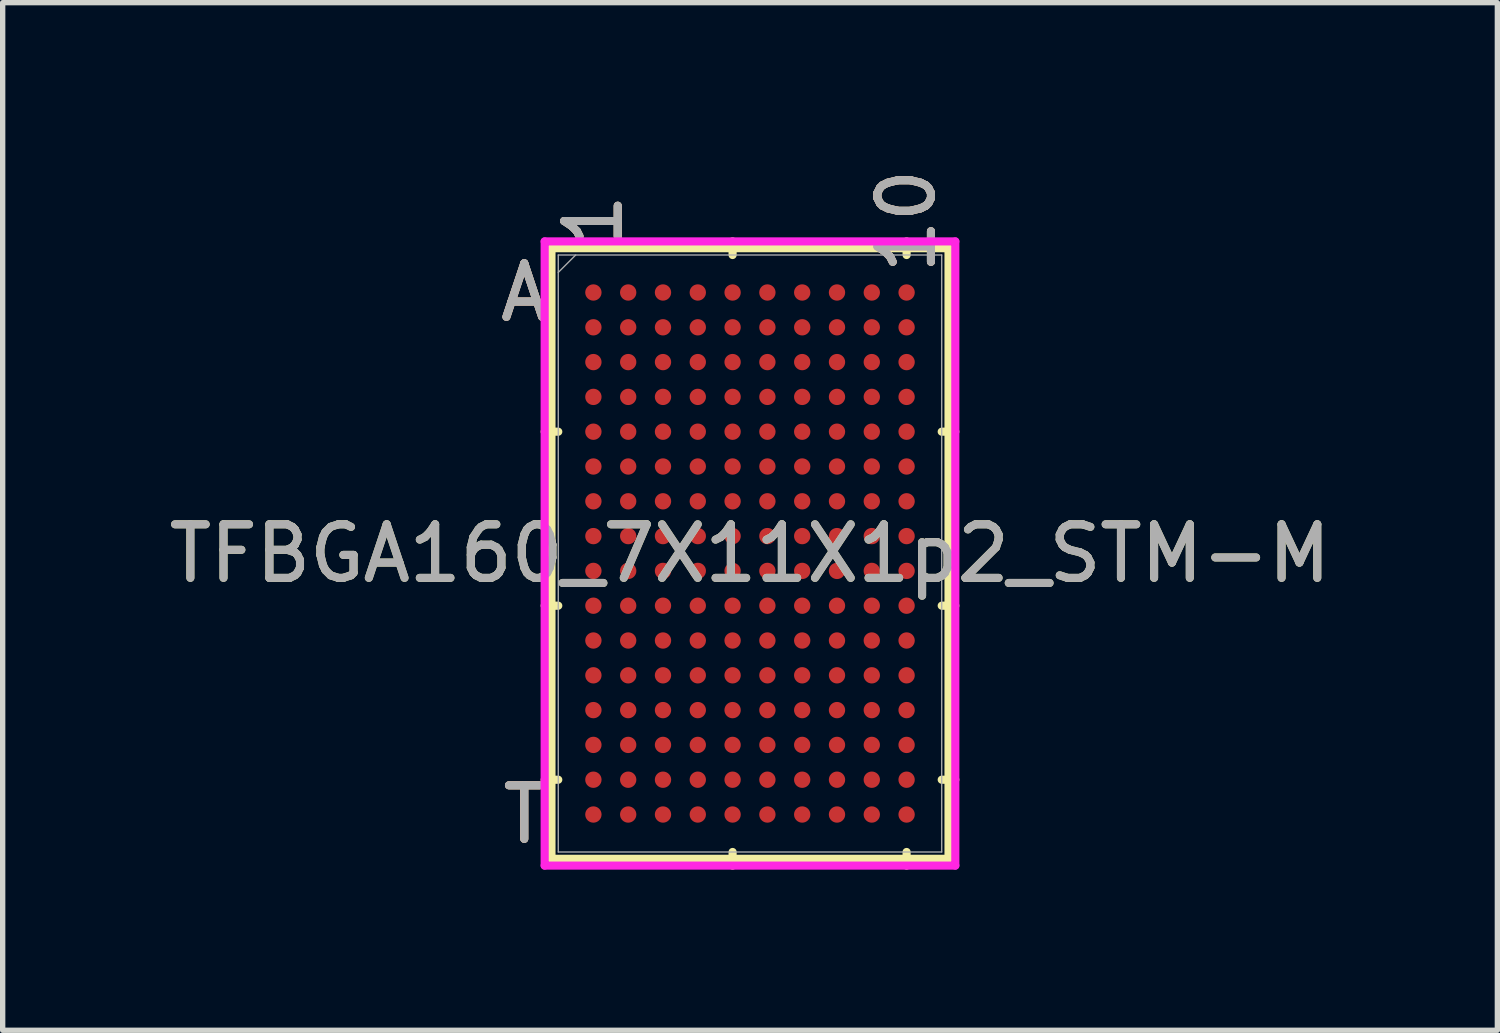
<source format=kicad_pcb>
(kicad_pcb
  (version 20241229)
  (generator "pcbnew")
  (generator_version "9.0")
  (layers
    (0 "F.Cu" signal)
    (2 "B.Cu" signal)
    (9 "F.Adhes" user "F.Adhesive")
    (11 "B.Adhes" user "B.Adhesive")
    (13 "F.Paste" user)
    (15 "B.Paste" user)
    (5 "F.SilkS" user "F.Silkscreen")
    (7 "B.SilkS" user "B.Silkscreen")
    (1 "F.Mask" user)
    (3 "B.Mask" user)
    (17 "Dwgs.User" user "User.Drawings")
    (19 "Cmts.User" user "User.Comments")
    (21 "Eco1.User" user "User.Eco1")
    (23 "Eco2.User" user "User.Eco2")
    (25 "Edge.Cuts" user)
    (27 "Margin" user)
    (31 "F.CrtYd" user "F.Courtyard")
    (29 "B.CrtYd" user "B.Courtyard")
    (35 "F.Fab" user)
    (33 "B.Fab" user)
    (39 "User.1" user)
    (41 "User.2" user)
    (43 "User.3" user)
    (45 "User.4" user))
  (footprint "TFBGA160_7X11X1p2_STM-M"
    (layer "F.Cu")
    (at 10.958 7.288)
    (property "Reference" "TFBGA160_7X11X1p2_STM-M" (at 0 0 0) (unlocked yes) (layer "F.SilkS") (effects (font (size 1 1) (thickness 0.15))))
    (attr smd)
    (fp_line (start -3.708 -5.702) (end -3.708 5.702) (stroke (width 0.152) (type solid)) (layer "F.SilkS"))
    (fp_line (start -3.708 5.702) (end 3.708 5.702) (stroke (width 0.152) (type solid)) (layer "F.SilkS"))
    (fp_line (start -3.581 -2.275) (end -3.835 -2.275) (stroke (width 0.152) (type solid)) (layer "F.SilkS"))
    (fp_line (start -3.581 0.975) (end -3.835 0.975) (stroke (width 0.152) (type solid)) (layer "F.SilkS"))
    (fp_line (start -3.581 4.225) (end -3.835 4.225) (stroke (width 0.152) (type solid)) (layer "F.SilkS"))
    (fp_line (start -0.325 -5.575) (end -0.325 -5.829) (stroke (width 0.152) (type solid)) (layer "F.SilkS"))
    (fp_line (start -0.325 5.575) (end -0.325 5.829) (stroke (width 0.152) (type solid)) (layer "F.SilkS"))
    (fp_line (start 2.925 -5.575) (end 2.925 -5.829) (stroke (width 0.152) (type solid)) (layer "F.SilkS"))
    (fp_line (start 2.925 5.575) (end 2.925 5.829) (stroke (width 0.152) (type solid)) (layer "F.SilkS"))
    (fp_line (start 3.581 -2.275) (end 3.835 -2.275) (stroke (width 0.152) (type solid)) (layer "F.SilkS"))
    (fp_line (start 3.581 0.975) (end 3.835 0.975) (stroke (width 0.152) (type solid)) (layer "F.SilkS"))
    (fp_line (start 3.581 4.225) (end 3.835 4.225) (stroke (width 0.152) (type solid)) (layer "F.SilkS"))
    (fp_line (start 3.708 -5.702) (end -3.708 -5.702) (stroke (width 0.152) (type solid)) (layer "F.SilkS"))
    (fp_line (start 3.708 5.702) (end 3.708 -5.702) (stroke (width 0.152) (type solid)) (layer "F.SilkS"))
    (fp_poly (pts (xy -3.695 -5.644) (xy 3.695 -5.644) (xy 3.695 5.644) (xy -3.695 5.644)) (stroke (width 0.1) (type solid)) (fill no) (layer "Eco2.User"))
    (fp_line (start -3.835 -5.829) (end 3.835 -5.829) (stroke (width 0.152) (type solid)) (layer "F.CrtYd"))
    (fp_line (start -3.835 5.829) (end -3.835 -5.829) (stroke (width 0.152) (type solid)) (layer "F.CrtYd"))
    (fp_line (start 3.835 -5.829) (end 3.835 5.829) (stroke (width 0.152) (type solid)) (layer "F.CrtYd"))
    (fp_line (start 3.835 5.829) (end -3.835 5.829) (stroke (width 0.152) (type solid)) (layer "F.CrtYd"))
    (fp_line (start -3.581 -5.575) (end -3.581 5.575) (stroke (width 0.025) (type solid)) (layer "F.Fab"))
    (fp_line (start -3.581 5.575) (end 3.581 5.575) (stroke (width 0.025) (type solid)) (layer "F.Fab"))
    (fp_line (start -3.256 -5.575) (end -3.581 -5.25) (stroke (width 0.025) (type solid)) (layer "F.Fab"))
    (fp_line (start 3.581 -5.575) (end -3.581 -5.575) (stroke (width 0.025) (type solid)) (layer "F.Fab"))
    (fp_line (start 3.581 5.575) (end 3.581 -5.575) (stroke (width 0.025) (type solid)) (layer "F.Fab"))
    (fp_text user "1" (at -2.925 -6.21 90) (unlocked yes) (layer "F.SilkS") (effects (font (size 1 1) (thickness 0.15))))
    (fp_text user "T" (at -4.216 4.875 0) (unlocked yes) (layer "F.SilkS") (effects (font (size 1 1) (thickness 0.15))))
    (fp_text user "A" (at -4.216 -4.875 0) (unlocked yes) (layer "F.SilkS") (effects (font (size 1 1) (thickness 0.15))))
    (fp_text user "10" (at 2.925 -6.21 90) (unlocked yes) (layer "F.SilkS") (effects (font (size 1 1) (thickness 0.15))))
    (fp_text user "1" (at -2.925 -6.21 90) (unlocked yes) (layer "B.SilkS") (effects (font (size 1 1) (thickness 0.15))))
    (fp_text user "A" (at -4.216 -4.875 0) (unlocked yes) (layer "B.SilkS") (effects (font (size 1 1) (thickness 0.15))))
    (fp_text user "T" (at -4.216 4.875 0) (unlocked yes) (layer "B.SilkS") (effects (font (size 1 1) (thickness 0.15))))
    (fp_text user "10" (at 2.925 -6.21 90) (unlocked yes) (layer "B.SilkS") (effects (font (size 1 1) (thickness 0.15))))
    (fp_text user "T" (at -4.216 4.875 0) (unlocked yes) (layer "F.Fab") (effects (font (size 1 1) (thickness 0.15))))
    (fp_text user "${REFERENCE}" (at 0 0 0) (unlocked yes) (layer "F.Fab") (effects (font (size 1 1) (thickness 0.15))))
    (fp_text user "1" (at -2.925 -6.21 90) (unlocked yes) (layer "F.Fab") (effects (font (size 1 1) (thickness 0.15))))
    (fp_text user "10" (at 2.925 -6.21 90) (unlocked yes) (layer "F.Fab") (effects (font (size 1 1) (thickness 0.15))))
    (fp_text user "A" (at -4.216 -4.875 0) (unlocked yes) (layer "F.Fab") (effects (font (size 1 1) (thickness 0.15))))
    (pad "A1" smd circle (at -2.925 -4.875) (size 0.305 0.305) (layers "F.Cu" "F.Mask" "F.Paste"))
    (pad "A2" smd circle (at -2.275 -4.875) (size 0.305 0.305) (layers "F.Cu" "F.Mask" "F.Paste"))
    (pad "A3" smd circle (at -1.625 -4.875) (size 0.305 0.305) (layers "F.Cu" "F.Mask" "F.Paste"))
    (pad "A4" smd circle (at -0.975 -4.875) (size 0.305 0.305) (layers "F.Cu" "F.Mask" "F.Paste"))
    (pad "A5" smd circle (at -0.325 -4.875) (size 0.305 0.305) (layers "F.Cu" "F.Mask" "F.Paste"))
    (pad "A6" smd circle (at 0.325 -4.875) (size 0.305 0.305) (layers "F.Cu" "F.Mask" "F.Paste"))
    (pad "A7" smd circle (at 0.975 -4.875) (size 0.305 0.305) (layers "F.Cu" "F.Mask" "F.Paste"))
    (pad "A8" smd circle (at 1.625 -4.875) (size 0.305 0.305) (layers "F.Cu" "F.Mask" "F.Paste"))
    (pad "A9" smd circle (at 2.275 -4.875) (size 0.305 0.305) (layers "F.Cu" "F.Mask" "F.Paste"))
    (pad "A10" smd circle (at 2.925 -4.875) (size 0.305 0.305) (layers "F.Cu" "F.Mask" "F.Paste"))
    (pad "B1" smd circle (at -2.925 -4.225) (size 0.305 0.305) (layers "F.Cu" "F.Mask" "F.Paste"))
    (pad "B2" smd circle (at -2.275 -4.225) (size 0.305 0.305) (layers "F.Cu" "F.Mask" "F.Paste"))
    (pad "B3" smd circle (at -1.625 -4.225) (size 0.305 0.305) (layers "F.Cu" "F.Mask" "F.Paste"))
    (pad "B4" smd circle (at -0.975 -4.225) (size 0.305 0.305) (layers "F.Cu" "F.Mask" "F.Paste"))
    (pad "B5" smd circle (at -0.325 -4.225) (size 0.305 0.305) (layers "F.Cu" "F.Mask" "F.Paste"))
    (pad "B6" smd circle (at 0.325 -4.225) (size 0.305 0.305) (layers "F.Cu" "F.Mask" "F.Paste"))
    (pad "B7" smd circle (at 0.975 -4.225) (size 0.305 0.305) (layers "F.Cu" "F.Mask" "F.Paste"))
    (pad "B8" smd circle (at 1.625 -4.225) (size 0.305 0.305) (layers "F.Cu" "F.Mask" "F.Paste"))
    (pad "B9" smd circle (at 2.275 -4.225) (size 0.305 0.305) (layers "F.Cu" "F.Mask" "F.Paste"))
    (pad "B10" smd circle (at 2.925 -4.225) (size 0.305 0.305) (layers "F.Cu" "F.Mask" "F.Paste"))
    (pad "C1" smd circle (at -2.925 -3.575) (size 0.305 0.305) (layers "F.Cu" "F.Mask" "F.Paste"))
    (pad "C2" smd circle (at -2.275 -3.575) (size 0.305 0.305) (layers "F.Cu" "F.Mask" "F.Paste"))
    (pad "C3" smd circle (at -1.625 -3.575) (size 0.305 0.305) (layers "F.Cu" "F.Mask" "F.Paste"))
    (pad "C4" smd circle (at -0.975 -3.575) (size 0.305 0.305) (layers "F.Cu" "F.Mask" "F.Paste"))
    (pad "C5" smd circle (at -0.325 -3.575) (size 0.305 0.305) (layers "F.Cu" "F.Mask" "F.Paste"))
    (pad "C6" smd circle (at 0.325 -3.575) (size 0.305 0.305) (layers "F.Cu" "F.Mask" "F.Paste"))
    (pad "C7" smd circle (at 0.975 -3.575) (size 0.305 0.305) (layers "F.Cu" "F.Mask" "F.Paste"))
    (pad "C8" smd circle (at 1.625 -3.575) (size 0.305 0.305) (layers "F.Cu" "F.Mask" "F.Paste"))
    (pad "C9" smd circle (at 2.275 -3.575) (size 0.305 0.305) (layers "F.Cu" "F.Mask" "F.Paste"))
    (pad "C10" smd circle (at 2.925 -3.575) (size 0.305 0.305) (layers "F.Cu" "F.Mask" "F.Paste"))
    (pad "D1" smd circle (at -2.925 -2.925) (size 0.305 0.305) (layers "F.Cu" "F.Mask" "F.Paste"))
    (pad "D2" smd circle (at -2.275 -2.925) (size 0.305 0.305) (layers "F.Cu" "F.Mask" "F.Paste"))
    (pad "D3" smd circle (at -1.625 -2.925) (size 0.305 0.305) (layers "F.Cu" "F.Mask" "F.Paste"))
    (pad "D4" smd circle (at -0.975 -2.925) (size 0.305 0.305) (layers "F.Cu" "F.Mask" "F.Paste"))
    (pad "D5" smd circle (at -0.325 -2.925) (size 0.305 0.305) (layers "F.Cu" "F.Mask" "F.Paste"))
    (pad "D6" smd circle (at 0.325 -2.925) (size 0.305 0.305) (layers "F.Cu" "F.Mask" "F.Paste"))
    (pad "D7" smd circle (at 0.975 -2.925) (size 0.305 0.305) (layers "F.Cu" "F.Mask" "F.Paste"))
    (pad "D8" smd circle (at 1.625 -2.925) (size 0.305 0.305) (layers "F.Cu" "F.Mask" "F.Paste"))
    (pad "D9" smd circle (at 2.275 -2.925) (size 0.305 0.305) (layers "F.Cu" "F.Mask" "F.Paste"))
    (pad "D10" smd circle (at 2.925 -2.925) (size 0.305 0.305) (layers "F.Cu" "F.Mask" "F.Paste"))
    (pad "E1" smd circle (at -2.925 -2.275) (size 0.305 0.305) (layers "F.Cu" "F.Mask" "F.Paste"))
    (pad "E2" smd circle (at -2.275 -2.275) (size 0.305 0.305) (layers "F.Cu" "F.Mask" "F.Paste"))
    (pad "E3" smd circle (at -1.625 -2.275) (size 0.305 0.305) (layers "F.Cu" "F.Mask" "F.Paste"))
    (pad "E4" smd circle (at -0.975 -2.275) (size 0.305 0.305) (layers "F.Cu" "F.Mask" "F.Paste"))
    (pad "E5" smd circle (at -0.325 -2.275) (size 0.305 0.305) (layers "F.Cu" "F.Mask" "F.Paste"))
    (pad "E6" smd circle (at 0.325 -2.275) (size 0.305 0.305) (layers "F.Cu" "F.Mask" "F.Paste"))
    (pad "E7" smd circle (at 0.975 -2.275) (size 0.305 0.305) (layers "F.Cu" "F.Mask" "F.Paste"))
    (pad "E8" smd circle (at 1.625 -2.275) (size 0.305 0.305) (layers "F.Cu" "F.Mask" "F.Paste"))
    (pad "E9" smd circle (at 2.275 -2.275) (size 0.305 0.305) (layers "F.Cu" "F.Mask" "F.Paste"))
    (pad "E10" smd circle (at 2.925 -2.275) (size 0.305 0.305) (layers "F.Cu" "F.Mask" "F.Paste"))
    (pad "F1" smd circle (at -2.925 -1.625) (size 0.305 0.305) (layers "F.Cu" "F.Mask" "F.Paste"))
    (pad "F2" smd circle (at -2.275 -1.625) (size 0.305 0.305) (layers "F.Cu" "F.Mask" "F.Paste"))
    (pad "F3" smd circle (at -1.625 -1.625) (size 0.305 0.305) (layers "F.Cu" "F.Mask" "F.Paste"))
    (pad "F4" smd circle (at -0.975 -1.625) (size 0.305 0.305) (layers "F.Cu" "F.Mask" "F.Paste"))
    (pad "F5" smd circle (at -0.325 -1.625) (size 0.305 0.305) (layers "F.Cu" "F.Mask" "F.Paste"))
    (pad "F6" smd circle (at 0.325 -1.625) (size 0.305 0.305) (layers "F.Cu" "F.Mask" "F.Paste"))
    (pad "F7" smd circle (at 0.975 -1.625) (size 0.305 0.305) (layers "F.Cu" "F.Mask" "F.Paste"))
    (pad "F8" smd circle (at 1.625 -1.625) (size 0.305 0.305) (layers "F.Cu" "F.Mask" "F.Paste"))
    (pad "F9" smd circle (at 2.275 -1.625) (size 0.305 0.305) (layers "F.Cu" "F.Mask" "F.Paste"))
    (pad "F10" smd circle (at 2.925 -1.625) (size 0.305 0.305) (layers "F.Cu" "F.Mask" "F.Paste"))
    (pad "G1" smd circle (at -2.925 -0.975) (size 0.305 0.305) (layers "F.Cu" "F.Mask" "F.Paste"))
    (pad "G2" smd circle (at -2.275 -0.975) (size 0.305 0.305) (layers "F.Cu" "F.Mask" "F.Paste"))
    (pad "G3" smd circle (at -1.625 -0.975) (size 0.305 0.305) (layers "F.Cu" "F.Mask" "F.Paste"))
    (pad "G4" smd circle (at -0.975 -0.975) (size 0.305 0.305) (layers "F.Cu" "F.Mask" "F.Paste"))
    (pad "G5" smd circle (at -0.325 -0.975) (size 0.305 0.305) (layers "F.Cu" "F.Mask" "F.Paste"))
    (pad "G6" smd circle (at 0.325 -0.975) (size 0.305 0.305) (layers "F.Cu" "F.Mask" "F.Paste"))
    (pad "G7" smd circle (at 0.975 -0.975) (size 0.305 0.305) (layers "F.Cu" "F.Mask" "F.Paste"))
    (pad "G8" smd circle (at 1.625 -0.975) (size 0.305 0.305) (layers "F.Cu" "F.Mask" "F.Paste"))
    (pad "G9" smd circle (at 2.275 -0.975) (size 0.305 0.305) (layers "F.Cu" "F.Mask" "F.Paste"))
    (pad "G10" smd circle (at 2.925 -0.975) (size 0.305 0.305) (layers "F.Cu" "F.Mask" "F.Paste"))
    (pad "H1" smd circle (at -2.925 -0.325) (size 0.305 0.305) (layers "F.Cu" "F.Mask" "F.Paste"))
    (pad "H2" smd circle (at -2.275 -0.325) (size 0.305 0.305) (layers "F.Cu" "F.Mask" "F.Paste"))
    (pad "H3" smd circle (at -1.625 -0.325) (size 0.305 0.305) (layers "F.Cu" "F.Mask" "F.Paste"))
    (pad "H4" smd circle (at -0.975 -0.325) (size 0.305 0.305) (layers "F.Cu" "F.Mask" "F.Paste"))
    (pad "H5" smd circle (at -0.325 -0.325) (size 0.305 0.305) (layers "F.Cu" "F.Mask" "F.Paste"))
    (pad "H6" smd circle (at 0.325 -0.325) (size 0.305 0.305) (layers "F.Cu" "F.Mask" "F.Paste"))
    (pad "H7" smd circle (at 0.975 -0.325) (size 0.305 0.305) (layers "F.Cu" "F.Mask" "F.Paste"))
    (pad "H8" smd circle (at 1.625 -0.325) (size 0.305 0.305) (layers "F.Cu" "F.Mask" "F.Paste"))
    (pad "H9" smd circle (at 2.275 -0.325) (size 0.305 0.305) (layers "F.Cu" "F.Mask" "F.Paste"))
    (pad "H10" smd circle (at 2.925 -0.325) (size 0.305 0.305) (layers "F.Cu" "F.Mask" "F.Paste"))
    (pad "J1" smd circle (at -2.925 0.325) (size 0.305 0.305) (layers "F.Cu" "F.Mask" "F.Paste"))
    (pad "J2" smd circle (at -2.275 0.325) (size 0.305 0.305) (layers "F.Cu" "F.Mask" "F.Paste"))
    (pad "J3" smd circle (at -1.625 0.325) (size 0.305 0.305) (layers "F.Cu" "F.Mask" "F.Paste"))
    (pad "J4" smd circle (at -0.975 0.325) (size 0.305 0.305) (layers "F.Cu" "F.Mask" "F.Paste"))
    (pad "J5" smd circle (at -0.325 0.325) (size 0.305 0.305) (layers "F.Cu" "F.Mask" "F.Paste"))
    (pad "J6" smd circle (at 0.325 0.325) (size 0.305 0.305) (layers "F.Cu" "F.Mask" "F.Paste"))
    (pad "J7" smd circle (at 0.975 0.325) (size 0.305 0.305) (layers "F.Cu" "F.Mask" "F.Paste"))
    (pad "J8" smd circle (at 1.625 0.325) (size 0.305 0.305) (layers "F.Cu" "F.Mask" "F.Paste"))
    (pad "J9" smd circle (at 2.275 0.325) (size 0.305 0.305) (layers "F.Cu" "F.Mask" "F.Paste"))
    (pad "J10" smd circle (at 2.925 0.325) (size 0.305 0.305) (layers "F.Cu" "F.Mask" "F.Paste"))
    (pad "K1" smd circle (at -2.925 0.975) (size 0.305 0.305) (layers "F.Cu" "F.Mask" "F.Paste"))
    (pad "K2" smd circle (at -2.275 0.975) (size 0.305 0.305) (layers "F.Cu" "F.Mask" "F.Paste"))
    (pad "K3" smd circle (at -1.625 0.975) (size 0.305 0.305) (layers "F.Cu" "F.Mask" "F.Paste"))
    (pad "K4" smd circle (at -0.975 0.975) (size 0.305 0.305) (layers "F.Cu" "F.Mask" "F.Paste"))
    (pad "K5" smd circle (at -0.325 0.975) (size 0.305 0.305) (layers "F.Cu" "F.Mask" "F.Paste"))
    (pad "K6" smd circle (at 0.325 0.975) (size 0.305 0.305) (layers "F.Cu" "F.Mask" "F.Paste"))
    (pad "K7" smd circle (at 0.975 0.975) (size 0.305 0.305) (layers "F.Cu" "F.Mask" "F.Paste"))
    (pad "K8" smd circle (at 1.625 0.975) (size 0.305 0.305) (layers "F.Cu" "F.Mask" "F.Paste"))
    (pad "K9" smd circle (at 2.275 0.975) (size 0.305 0.305) (layers "F.Cu" "F.Mask" "F.Paste"))
    (pad "K10" smd circle (at 2.925 0.975) (size 0.305 0.305) (layers "F.Cu" "F.Mask" "F.Paste"))
    (pad "L1" smd circle (at -2.925 1.625) (size 0.305 0.305) (layers "F.Cu" "F.Mask" "F.Paste"))
    (pad "L2" smd circle (at -2.275 1.625) (size 0.305 0.305) (layers "F.Cu" "F.Mask" "F.Paste"))
    (pad "L3" smd circle (at -1.625 1.625) (size 0.305 0.305) (layers "F.Cu" "F.Mask" "F.Paste"))
    (pad "L4" smd circle (at -0.975 1.625) (size 0.305 0.305) (layers "F.Cu" "F.Mask" "F.Paste"))
    (pad "L5" smd circle (at -0.325 1.625) (size 0.305 0.305) (layers "F.Cu" "F.Mask" "F.Paste"))
    (pad "L6" smd circle (at 0.325 1.625) (size 0.305 0.305) (layers "F.Cu" "F.Mask" "F.Paste"))
    (pad "L7" smd circle (at 0.975 1.625) (size 0.305 0.305) (layers "F.Cu" "F.Mask" "F.Paste"))
    (pad "L8" smd circle (at 1.625 1.625) (size 0.305 0.305) (layers "F.Cu" "F.Mask" "F.Paste"))
    (pad "L9" smd circle (at 2.275 1.625) (size 0.305 0.305) (layers "F.Cu" "F.Mask" "F.Paste"))
    (pad "L10" smd circle (at 2.925 1.625) (size 0.305 0.305) (layers "F.Cu" "F.Mask" "F.Paste"))
    (pad "M1" smd circle (at -2.925 2.275) (size 0.305 0.305) (layers "F.Cu" "F.Mask" "F.Paste"))
    (pad "M2" smd circle (at -2.275 2.275) (size 0.305 0.305) (layers "F.Cu" "F.Mask" "F.Paste"))
    (pad "M3" smd circle (at -1.625 2.275) (size 0.305 0.305) (layers "F.Cu" "F.Mask" "F.Paste"))
    (pad "M4" smd circle (at -0.975 2.275) (size 0.305 0.305) (layers "F.Cu" "F.Mask" "F.Paste"))
    (pad "M5" smd circle (at -0.325 2.275) (size 0.305 0.305) (layers "F.Cu" "F.Mask" "F.Paste"))
    (pad "M6" smd circle (at 0.325 2.275) (size 0.305 0.305) (layers "F.Cu" "F.Mask" "F.Paste"))
    (pad "M7" smd circle (at 0.975 2.275) (size 0.305 0.305) (layers "F.Cu" "F.Mask" "F.Paste"))
    (pad "M8" smd circle (at 1.625 2.275) (size 0.305 0.305) (layers "F.Cu" "F.Mask" "F.Paste"))
    (pad "M9" smd circle (at 2.275 2.275) (size 0.305 0.305) (layers "F.Cu" "F.Mask" "F.Paste"))
    (pad "M10" smd circle (at 2.925 2.275) (size 0.305 0.305) (layers "F.Cu" "F.Mask" "F.Paste"))
    (pad "N1" smd circle (at -2.925 2.925) (size 0.305 0.305) (layers "F.Cu" "F.Mask" "F.Paste"))
    (pad "N2" smd circle (at -2.275 2.925) (size 0.305 0.305) (layers "F.Cu" "F.Mask" "F.Paste"))
    (pad "N3" smd circle (at -1.625 2.925) (size 0.305 0.305) (layers "F.Cu" "F.Mask" "F.Paste"))
    (pad "N4" smd circle (at -0.975 2.925) (size 0.305 0.305) (layers "F.Cu" "F.Mask" "F.Paste"))
    (pad "N5" smd circle (at -0.325 2.925) (size 0.305 0.305) (layers "F.Cu" "F.Mask" "F.Paste"))
    (pad "N6" smd circle (at 0.325 2.925) (size 0.305 0.305) (layers "F.Cu" "F.Mask" "F.Paste"))
    (pad "N7" smd circle (at 0.975 2.925) (size 0.305 0.305) (layers "F.Cu" "F.Mask" "F.Paste"))
    (pad "N8" smd circle (at 1.625 2.925) (size 0.305 0.305) (layers "F.Cu" "F.Mask" "F.Paste"))
    (pad "N9" smd circle (at 2.275 2.925) (size 0.305 0.305) (layers "F.Cu" "F.Mask" "F.Paste"))
    (pad "N10" smd circle (at 2.925 2.925) (size 0.305 0.305) (layers "F.Cu" "F.Mask" "F.Paste"))
    (pad "P1" smd circle (at -2.925 3.575) (size 0.305 0.305) (layers "F.Cu" "F.Mask" "F.Paste"))
    (pad "P2" smd circle (at -2.275 3.575) (size 0.305 0.305) (layers "F.Cu" "F.Mask" "F.Paste"))
    (pad "P3" smd circle (at -1.625 3.575) (size 0.305 0.305) (layers "F.Cu" "F.Mask" "F.Paste"))
    (pad "P4" smd circle (at -0.975 3.575) (size 0.305 0.305) (layers "F.Cu" "F.Mask" "F.Paste"))
    (pad "P5" smd circle (at -0.325 3.575) (size 0.305 0.305) (layers "F.Cu" "F.Mask" "F.Paste"))
    (pad "P6" smd circle (at 0.325 3.575) (size 0.305 0.305) (layers "F.Cu" "F.Mask" "F.Paste"))
    (pad "P7" smd circle (at 0.975 3.575) (size 0.305 0.305) (layers "F.Cu" "F.Mask" "F.Paste"))
    (pad "P8" smd circle (at 1.625 3.575) (size 0.305 0.305) (layers "F.Cu" "F.Mask" "F.Paste"))
    (pad "P9" smd circle (at 2.275 3.575) (size 0.305 0.305) (layers "F.Cu" "F.Mask" "F.Paste"))
    (pad "P10" smd circle (at 2.925 3.575) (size 0.305 0.305) (layers "F.Cu" "F.Mask" "F.Paste"))
    (pad "R1" smd circle (at -2.925 4.225) (size 0.305 0.305) (layers "F.Cu" "F.Mask" "F.Paste"))
    (pad "R2" smd circle (at -2.275 4.225) (size 0.305 0.305) (layers "F.Cu" "F.Mask" "F.Paste"))
    (pad "R3" smd circle (at -1.625 4.225) (size 0.305 0.305) (layers "F.Cu" "F.Mask" "F.Paste"))
    (pad "R4" smd circle (at -0.975 4.225) (size 0.305 0.305) (layers "F.Cu" "F.Mask" "F.Paste"))
    (pad "R5" smd circle (at -0.325 4.225) (size 0.305 0.305) (layers "F.Cu" "F.Mask" "F.Paste"))
    (pad "R6" smd circle (at 0.325 4.225) (size 0.305 0.305) (layers "F.Cu" "F.Mask" "F.Paste"))
    (pad "R7" smd circle (at 0.975 4.225) (size 0.305 0.305) (layers "F.Cu" "F.Mask" "F.Paste"))
    (pad "R8" smd circle (at 1.625 4.225) (size 0.305 0.305) (layers "F.Cu" "F.Mask" "F.Paste"))
    (pad "R9" smd circle (at 2.275 4.225) (size 0.305 0.305) (layers "F.Cu" "F.Mask" "F.Paste"))
    (pad "R10" smd circle (at 2.925 4.225) (size 0.305 0.305) (layers "F.Cu" "F.Mask" "F.Paste"))
    (pad "T1" smd circle (at -2.925 4.875) (size 0.305 0.305) (layers "F.Cu" "F.Mask" "F.Paste"))
    (pad "T2" smd circle (at -2.275 4.875) (size 0.305 0.305) (layers "F.Cu" "F.Mask" "F.Paste"))
    (pad "T3" smd circle (at -1.625 4.875) (size 0.305 0.305) (layers "F.Cu" "F.Mask" "F.Paste"))
    (pad "T4" smd circle (at -0.975 4.875) (size 0.305 0.305) (layers "F.Cu" "F.Mask" "F.Paste"))
    (pad "T5" smd circle (at -0.325 4.875) (size 0.305 0.305) (layers "F.Cu" "F.Mask" "F.Paste"))
    (pad "T6" smd circle (at 0.325 4.875) (size 0.305 0.305) (layers "F.Cu" "F.Mask" "F.Paste"))
    (pad "T7" smd circle (at 0.975 4.875) (size 0.305 0.305) (layers "F.Cu" "F.Mask" "F.Paste"))
    (pad "T8" smd circle (at 1.625 4.875) (size 0.305 0.305) (layers "F.Cu" "F.Mask" "F.Paste"))
    (pad "T9" smd circle (at 2.275 4.875) (size 0.305 0.305) (layers "F.Cu" "F.Mask" "F.Paste"))
    (pad "T10" smd circle (at 2.925 4.875) (size 0.305 0.305) (layers "F.Cu" "F.Mask" "F.Paste")))
  (gr_rect
    (start -3 -3)
    (end 24.917 16.193)
    (stroke (width 0.1) (type default))
    (fill no)
    (layer "Edge.Cuts")))
</source>
